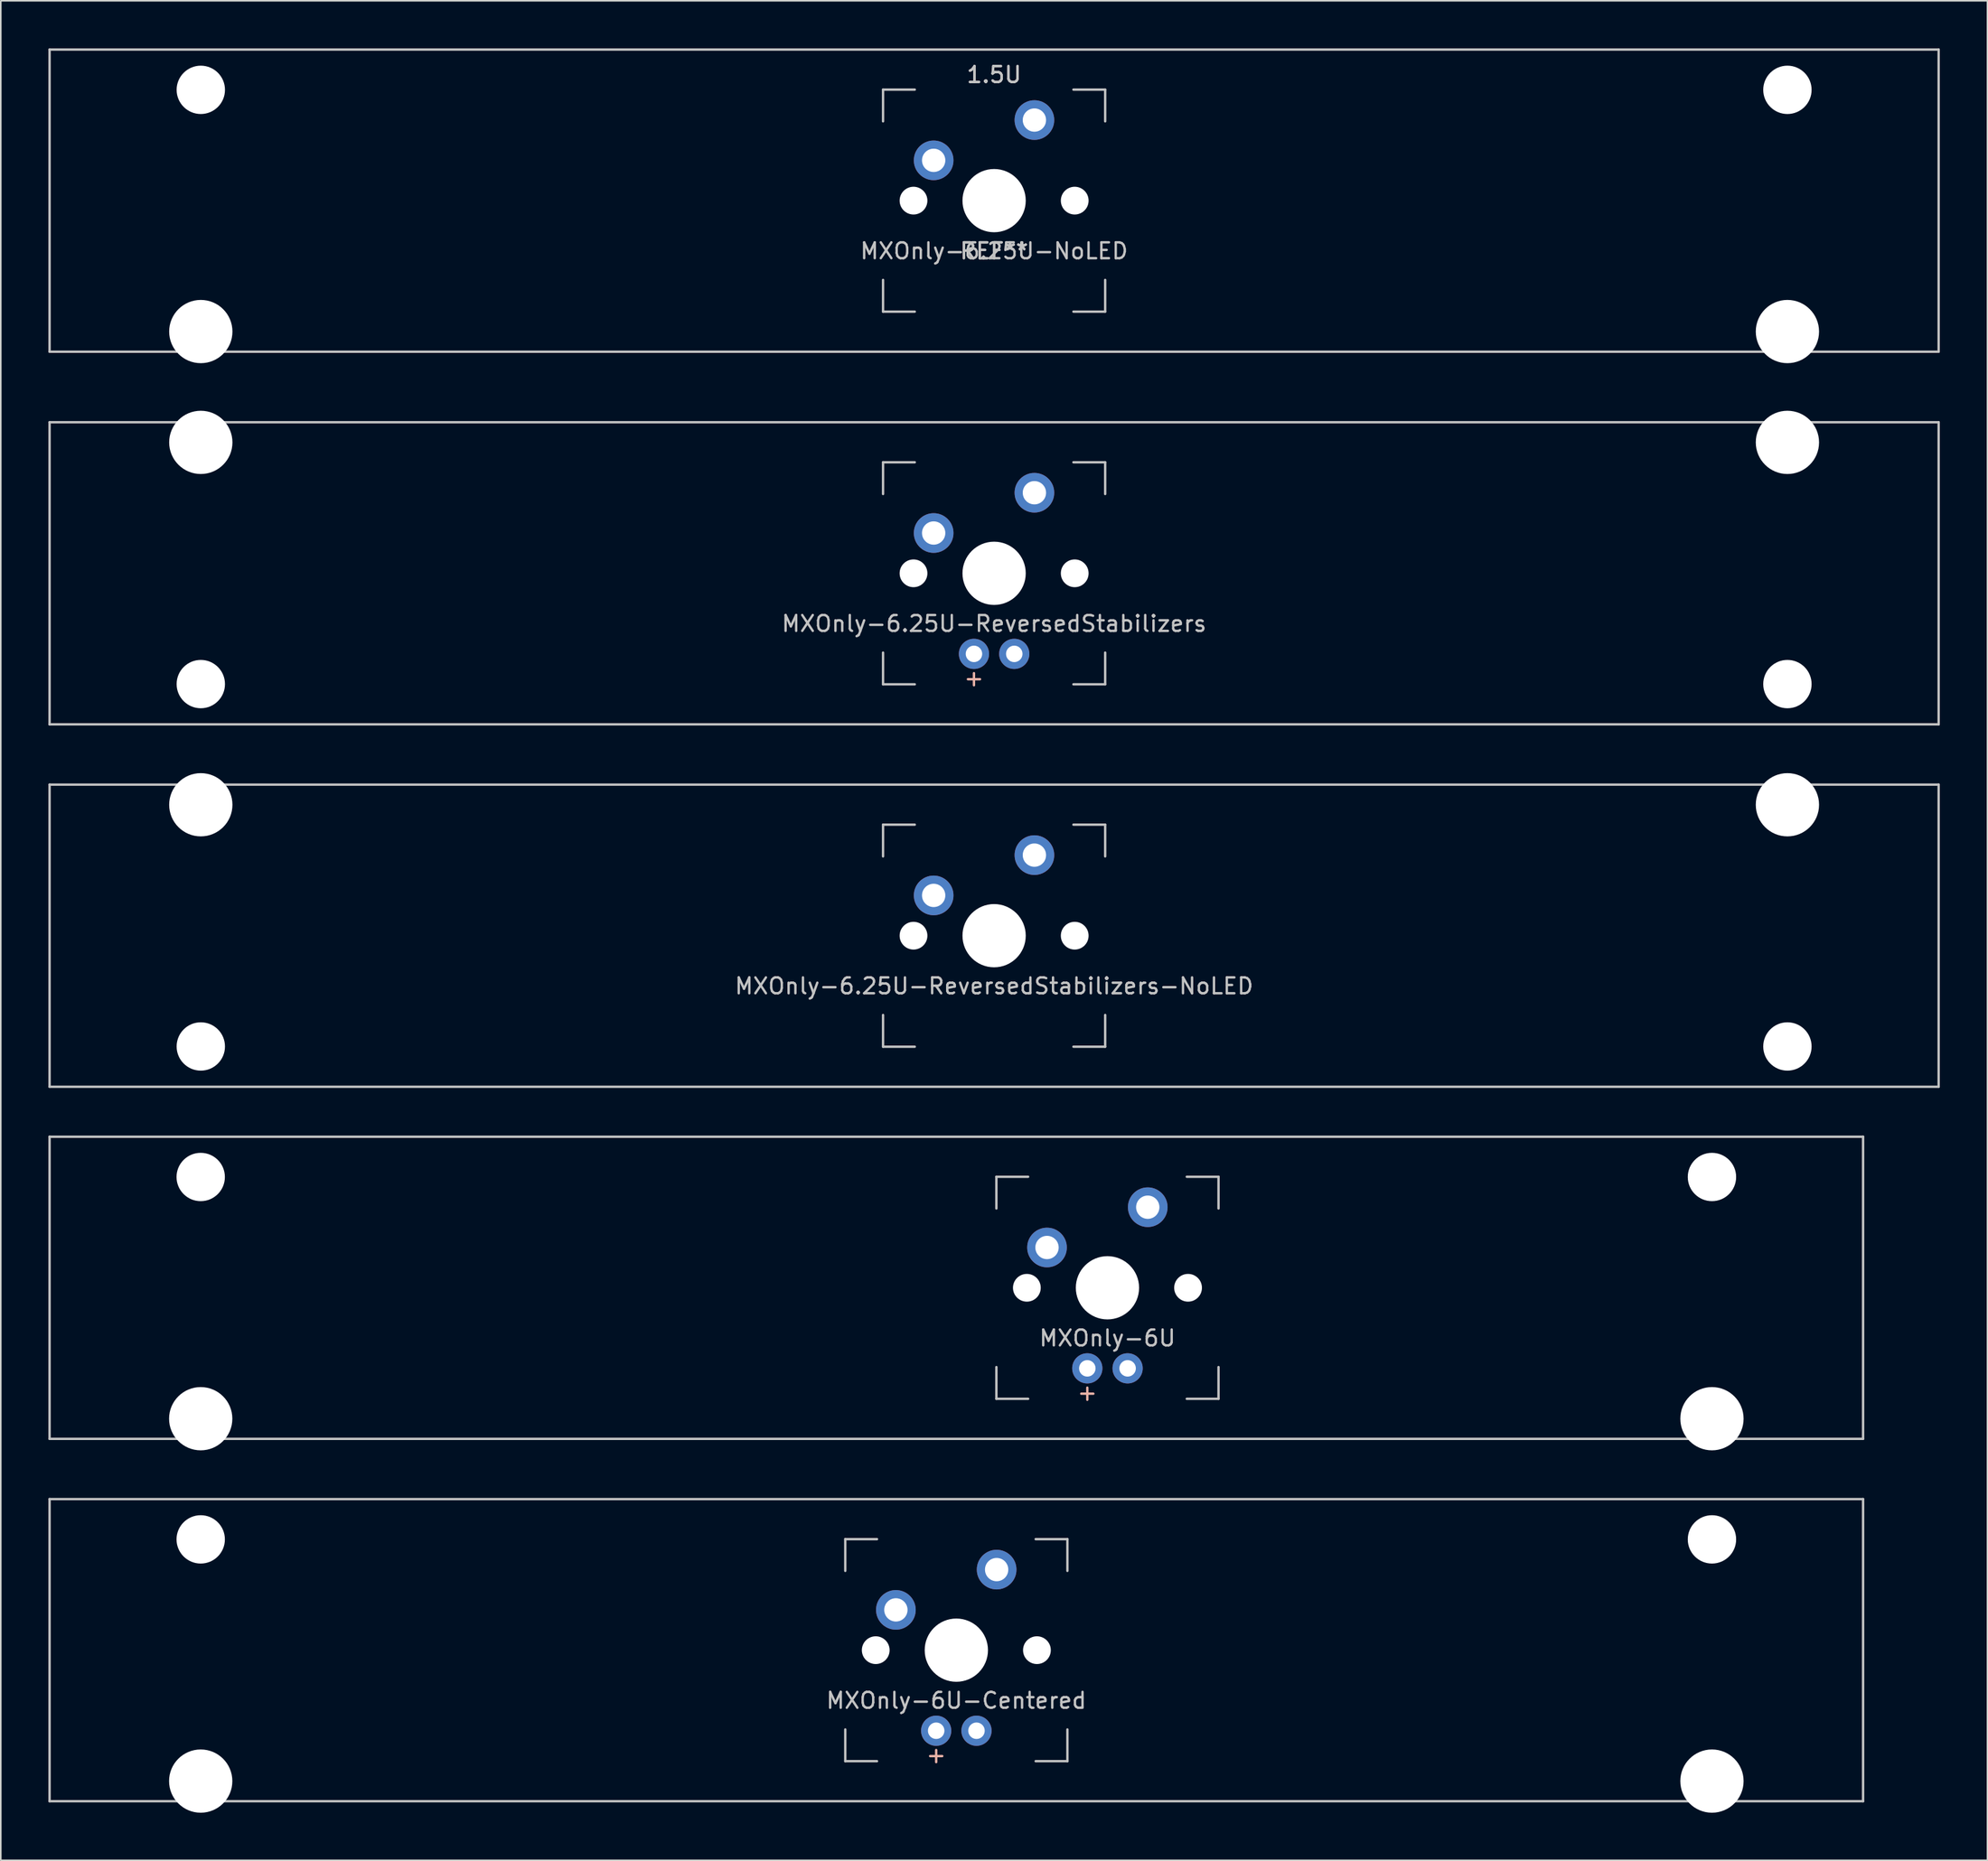
<source format=kicad_pcb>
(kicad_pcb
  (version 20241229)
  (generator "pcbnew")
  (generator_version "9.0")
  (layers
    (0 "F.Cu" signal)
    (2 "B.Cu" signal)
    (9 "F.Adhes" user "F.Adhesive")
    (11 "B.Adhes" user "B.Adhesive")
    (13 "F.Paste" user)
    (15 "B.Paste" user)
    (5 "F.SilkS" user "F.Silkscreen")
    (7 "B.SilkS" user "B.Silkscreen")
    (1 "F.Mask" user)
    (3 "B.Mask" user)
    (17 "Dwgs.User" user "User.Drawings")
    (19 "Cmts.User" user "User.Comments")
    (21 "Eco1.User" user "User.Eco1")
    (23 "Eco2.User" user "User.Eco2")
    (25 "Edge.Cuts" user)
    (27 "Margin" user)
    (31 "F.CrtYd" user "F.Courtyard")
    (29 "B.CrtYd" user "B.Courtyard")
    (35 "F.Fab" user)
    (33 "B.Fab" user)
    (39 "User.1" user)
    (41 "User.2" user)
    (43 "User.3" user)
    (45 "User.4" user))
  (footprint "MXOnly-6U-Centered"
    (layer "F.Cu")
    (at 57.225 100.996)
    (property "Reference" "MXOnly-6U-Centered" (at 0 3.175 0) (layer "Dwgs.User") (effects (font (size 1 1) (thickness 0.15))))
    (attr through_hole)
    (fp_line (start -57.15 -9.525) (end 57.15 -9.525) (stroke (width 0.15) (type solid)) (layer "Dwgs.User"))
    (fp_line (start -57.15 9.525) (end -57.15 -9.525) (stroke (width 0.15) (type solid)) (layer "Dwgs.User"))
    (fp_line (start -57.15 9.525) (end 57.15 9.525) (stroke (width 0.15) (type solid)) (layer "Dwgs.User"))
    (fp_line (start -7 -7) (end -7 -5) (stroke (width 0.15) (type solid)) (layer "Dwgs.User"))
    (fp_line (start -7 5) (end -7 7) (stroke (width 0.15) (type solid)) (layer "Dwgs.User"))
    (fp_line (start -7 7) (end -5 7) (stroke (width 0.15) (type solid)) (layer "Dwgs.User"))
    (fp_line (start -5 -7) (end -7 -7) (stroke (width 0.15) (type solid)) (layer "Dwgs.User"))
    (fp_line (start 5 -7) (end 7 -7) (stroke (width 0.15) (type solid)) (layer "Dwgs.User"))
    (fp_line (start 5 7) (end 7 7) (stroke (width 0.15) (type solid)) (layer "Dwgs.User"))
    (fp_line (start 7 -7) (end 7 -5) (stroke (width 0.15) (type solid)) (layer "Dwgs.User"))
    (fp_line (start 7 7) (end 7 5) (stroke (width 0.15) (type solid)) (layer "Dwgs.User"))
    (fp_line (start 57.15 -9.525) (end 57.15 9.525) (stroke (width 0.15) (type solid)) (layer "Dwgs.User"))
    (fp_text user "+" (at -1.27 6.604 0) (layer "B.SilkS") (effects (font (size 1 1) (thickness 0.15))))
    (pad "" np_thru_hole circle (at -47.625 -6.985) (size 3.048 3.048) (drill 3.048) (layers "*.Cu" "*.Mask"))
    (pad "" np_thru_hole circle (at -47.625 8.255) (size 3.988 3.988) (drill 3.988) (layers "*.Cu" "*.Mask"))
    (pad "" np_thru_hole circle (at -5.08 0 48.1) (size 1.75 1.75) (drill 1.75) (layers "*.Cu" "*.Mask"))
    (pad "" np_thru_hole circle (at 0 0) (size 3.988 3.988) (drill 3.988) (layers "*.Cu" "*.Mask"))
    (pad "" np_thru_hole circle (at 5.08 0 48.1) (size 1.75 1.75) (drill 1.75) (layers "*.Cu" "*.Mask"))
    (pad "" np_thru_hole circle (at 47.625 -6.985) (size 3.048 3.048) (drill 3.048) (layers "*.Cu" "*.Mask"))
    (pad "" np_thru_hole circle (at 47.625 8.255) (size 3.988 3.988) (drill 3.988) (layers "*.Cu" "*.Mask"))
    (pad "1" thru_hole circle (at -3.81 -2.54) (size 2.5 2.5) (drill 1.47) (layers "*.Cu" "*.Mask"))
    (pad "2" thru_hole circle (at 2.54 -5.08) (size 2.5 2.5) (drill 1.47) (layers "*.Cu" "*.Mask"))
    (pad "3" thru_hole circle (at -1.27 5.08) (size 1.905 1.905) (drill 1.04) (layers "*.Cu" "*.Mask"))
    (pad "4" thru_hole circle (at 1.27 5.08) (size 1.905 1.905) (drill 1.04) (layers "*.Cu" "*.Mask")))
  (footprint "MXOnly-6.25U-ReversedStabilizers"
    (layer "F.Cu")
    (at 59.606 33.098)
    (property "Reference" "MXOnly-6.25U-ReversedStabilizers" (at 0 3.175 0) (layer "Dwgs.User") (effects (font (size 1 1) (thickness 0.15))))
    (attr through_hole)
    (fp_line (start -59.531 -9.525) (end 59.531 -9.525) (stroke (width 0.15) (type solid)) (layer "Dwgs.User"))
    (fp_line (start -59.531 9.525) (end -59.531 -9.525) (stroke (width 0.15) (type solid)) (layer "Dwgs.User"))
    (fp_line (start -59.531 9.525) (end 59.531 9.525) (stroke (width 0.15) (type solid)) (layer "Dwgs.User"))
    (fp_line (start -7 -7) (end -7 -5) (stroke (width 0.15) (type solid)) (layer "Dwgs.User"))
    (fp_line (start -7 5) (end -7 7) (stroke (width 0.15) (type solid)) (layer "Dwgs.User"))
    (fp_line (start -7 7) (end -5 7) (stroke (width 0.15) (type solid)) (layer "Dwgs.User"))
    (fp_line (start -5 -7) (end -7 -7) (stroke (width 0.15) (type solid)) (layer "Dwgs.User"))
    (fp_line (start 5 -7) (end 7 -7) (stroke (width 0.15) (type solid)) (layer "Dwgs.User"))
    (fp_line (start 5 7) (end 7 7) (stroke (width 0.15) (type solid)) (layer "Dwgs.User"))
    (fp_line (start 7 -7) (end 7 -5) (stroke (width 0.15) (type solid)) (layer "Dwgs.User"))
    (fp_line (start 7 7) (end 7 5) (stroke (width 0.15) (type solid)) (layer "Dwgs.User"))
    (fp_line (start 59.531 -9.525) (end 59.531 9.525) (stroke (width 0.15) (type solid)) (layer "Dwgs.User"))
    (fp_text user "+" (at -1.27 6.604 0) (layer "B.SilkS") (effects (font (size 1 1) (thickness 0.15))))
    (pad "" np_thru_hole circle (at -50 -8.255) (size 3.988 3.988) (drill 3.988) (layers "*.Cu" "*.Mask"))
    (pad "" np_thru_hole circle (at -50 6.985) (size 3.048 3.048) (drill 3.048) (layers "*.Cu" "*.Mask"))
    (pad "" np_thru_hole circle (at -5.08 0 48.1) (size 1.75 1.75) (drill 1.75) (layers "*.Cu" "*.Mask"))
    (pad "" np_thru_hole circle (at 0 0) (size 3.988 3.988) (drill 3.988) (layers "*.Cu" "*.Mask"))
    (pad "" np_thru_hole circle (at 5.08 0 48.1) (size 1.75 1.75) (drill 1.75) (layers "*.Cu" "*.Mask"))
    (pad "" np_thru_hole circle (at 50 -8.255) (size 3.988 3.988) (drill 3.988) (layers "*.Cu" "*.Mask"))
    (pad "" np_thru_hole circle (at 50 6.985) (size 3.048 3.048) (drill 3.048) (layers "*.Cu" "*.Mask"))
    (pad "1" thru_hole circle (at -3.81 -2.54) (size 2.5 2.5) (drill 1.47) (layers "*.Cu" "*.Mask"))
    (pad "2" thru_hole circle (at 2.54 -5.08) (size 2.5 2.5) (drill 1.47) (layers "*.Cu" "*.Mask"))
    (pad "3" thru_hole circle (at -1.27 5.08) (size 1.905 1.905) (drill 1.04) (layers "*.Cu" "*.Mask"))
    (pad "4" thru_hole circle (at 1.27 5.08) (size 1.905 1.905) (drill 1.04) (layers "*.Cu" "*.Mask")))
  (footprint "MXOnly-6U"
    (layer "F.Cu")
    (at 57.225 78.147)
    (property "Reference" "MXOnly-6U" (at 9.525 3.175 0) (layer "Dwgs.User") (effects (font (size 1 1) (thickness 0.15))))
    (attr through_hole)
    (fp_line (start -57.15 -9.525) (end 57.15 -9.525) (stroke (width 0.15) (type solid)) (layer "Dwgs.User"))
    (fp_line (start -57.15 9.525) (end -57.15 -9.525) (stroke (width 0.15) (type solid)) (layer "Dwgs.User"))
    (fp_line (start -57.15 9.525) (end 57.15 9.525) (stroke (width 0.15) (type solid)) (layer "Dwgs.User"))
    (fp_line (start 2.525 -7) (end 2.525 -5) (stroke (width 0.15) (type solid)) (layer "Dwgs.User"))
    (fp_line (start 2.525 5) (end 2.525 7) (stroke (width 0.15) (type solid)) (layer "Dwgs.User"))
    (fp_line (start 2.525 7) (end 4.525 7) (stroke (width 0.15) (type solid)) (layer "Dwgs.User"))
    (fp_line (start 4.525 -7) (end 2.525 -7) (stroke (width 0.15) (type solid)) (layer "Dwgs.User"))
    (fp_line (start 14.525 -7) (end 16.525 -7) (stroke (width 0.15) (type solid)) (layer "Dwgs.User"))
    (fp_line (start 14.525 7) (end 16.525 7) (stroke (width 0.15) (type solid)) (layer "Dwgs.User"))
    (fp_line (start 16.525 -7) (end 16.525 -5) (stroke (width 0.15) (type solid)) (layer "Dwgs.User"))
    (fp_line (start 16.525 7) (end 16.525 5) (stroke (width 0.15) (type solid)) (layer "Dwgs.User"))
    (fp_line (start 57.15 -9.525) (end 57.15 9.525) (stroke (width 0.15) (type solid)) (layer "Dwgs.User"))
    (fp_text user "+" (at 8.255 6.604 0) (layer "B.SilkS") (effects (font (size 1 1) (thickness 0.15))))
    (pad "" np_thru_hole circle (at -47.625 -6.985) (size 3.048 3.048) (drill 3.048) (layers "*.Cu" "*.Mask"))
    (pad "" np_thru_hole circle (at -47.625 8.255) (size 3.988 3.988) (drill 3.988) (layers "*.Cu" "*.Mask"))
    (pad "" np_thru_hole circle (at 4.445 0 48.1) (size 1.75 1.75) (drill 1.75) (layers "*.Cu" "*.Mask"))
    (pad "" np_thru_hole circle (at 9.525 0) (size 3.988 3.988) (drill 3.988) (layers "*.Cu" "*.Mask"))
    (pad "" np_thru_hole circle (at 14.605 0 48.1) (size 1.75 1.75) (drill 1.75) (layers "*.Cu" "*.Mask"))
    (pad "" np_thru_hole circle (at 47.625 -6.985) (size 3.048 3.048) (drill 3.048) (layers "*.Cu" "*.Mask"))
    (pad "" np_thru_hole circle (at 47.625 8.255) (size 3.988 3.988) (drill 3.988) (layers "*.Cu" "*.Mask"))
    (pad "1" thru_hole circle (at 5.715 -2.54) (size 2.5 2.5) (drill 1.47) (layers "*.Cu" "*.Mask"))
    (pad "2" thru_hole circle (at 12.065 -5.08) (size 2.5 2.5) (drill 1.47) (layers "*.Cu" "*.Mask"))
    (pad "3" thru_hole circle (at 8.255 5.08) (size 1.905 1.905) (drill 1.04) (layers "*.Cu" "*.Mask"))
    (pad "4" thru_hole circle (at 10.795 5.08) (size 1.905 1.905) (drill 1.04) (layers "*.Cu" "*.Mask")))
  (footprint "MXOnly-6.25U-ReversedStabilizers-NoLED"
    (layer "F.Cu")
    (at 59.606 55.947)
    (property "Reference" "MXOnly-6.25U-ReversedStabilizers-NoLED" (at 0 3.175 0) (layer "Dwgs.User") (effects (font (size 1 1) (thickness 0.15))))
    (attr through_hole)
    (fp_line (start -59.531 -9.525) (end 59.531 -9.525) (stroke (width 0.15) (type solid)) (layer "Dwgs.User"))
    (fp_line (start -59.531 9.525) (end -59.531 -9.525) (stroke (width 0.15) (type solid)) (layer "Dwgs.User"))
    (fp_line (start -59.531 9.525) (end 59.531 9.525) (stroke (width 0.15) (type solid)) (layer "Dwgs.User"))
    (fp_line (start -7 -7) (end -7 -5) (stroke (width 0.15) (type solid)) (layer "Dwgs.User"))
    (fp_line (start -7 5) (end -7 7) (stroke (width 0.15) (type solid)) (layer "Dwgs.User"))
    (fp_line (start -7 7) (end -5 7) (stroke (width 0.15) (type solid)) (layer "Dwgs.User"))
    (fp_line (start -5 -7) (end -7 -7) (stroke (width 0.15) (type solid)) (layer "Dwgs.User"))
    (fp_line (start 5 -7) (end 7 -7) (stroke (width 0.15) (type solid)) (layer "Dwgs.User"))
    (fp_line (start 5 7) (end 7 7) (stroke (width 0.15) (type solid)) (layer "Dwgs.User"))
    (fp_line (start 7 -7) (end 7 -5) (stroke (width 0.15) (type solid)) (layer "Dwgs.User"))
    (fp_line (start 7 7) (end 7 5) (stroke (width 0.15) (type solid)) (layer "Dwgs.User"))
    (fp_line (start 59.531 -9.525) (end 59.531 9.525) (stroke (width 0.15) (type solid)) (layer "Dwgs.User"))
    (pad "" np_thru_hole circle (at -50 -8.255) (size 3.988 3.988) (drill 3.988) (layers "*.Cu" "*.Mask"))
    (pad "" np_thru_hole circle (at -50 6.985) (size 3.048 3.048) (drill 3.048) (layers "*.Cu" "*.Mask"))
    (pad "" np_thru_hole circle (at -5.08 0 48.1) (size 1.75 1.75) (drill 1.75) (layers "*.Cu" "*.Mask"))
    (pad "" np_thru_hole circle (at 0 0) (size 3.988 3.988) (drill 3.988) (layers "*.Cu" "*.Mask"))
    (pad "" np_thru_hole circle (at 5.08 0 48.1) (size 1.75 1.75) (drill 1.75) (layers "*.Cu" "*.Mask"))
    (pad "" np_thru_hole circle (at 50 -8.255) (size 3.988 3.988) (drill 3.988) (layers "*.Cu" "*.Mask"))
    (pad "" np_thru_hole circle (at 50 6.985) (size 3.048 3.048) (drill 3.048) (layers "*.Cu" "*.Mask"))
    (pad "1" thru_hole circle (at -3.81 -2.54) (size 2.5 2.5) (drill 1.47) (layers "*.Cu" "B.Mask"))
    (pad "2" thru_hole circle (at 2.54 -5.08) (size 2.5 2.5) (drill 1.47) (layers "*.Cu" "B.Mask")))
  (footprint "MXOnly-6.25U-NoLED"
    (layer "F.Cu")
    (at 59.606 9.6)
    (property "Reference" "MXOnly-6.25U-NoLED" (at 0 3.175 0) (layer "Dwgs.User") (effects (font (size 1 1) (thickness 0.15))))
    (attr through_hole)
    (fp_line (start -59.531 -9.525) (end 59.531 -9.525) (stroke (width 0.15) (type solid)) (layer "Dwgs.User"))
    (fp_line (start -59.531 9.525) (end -59.531 -9.525) (stroke (width 0.15) (type solid)) (layer "Dwgs.User"))
    (fp_line (start -59.531 9.525) (end 59.531 9.525) (stroke (width 0.15) (type solid)) (layer "Dwgs.User"))
    (fp_line (start -7 -7) (end -7 -5) (stroke (width 0.15) (type solid)) (layer "Dwgs.User"))
    (fp_line (start -7 5) (end -7 7) (stroke (width 0.15) (type solid)) (layer "Dwgs.User"))
    (fp_line (start -7 7) (end -5 7) (stroke (width 0.15) (type solid)) (layer "Dwgs.User"))
    (fp_line (start -5 -7) (end -7 -7) (stroke (width 0.15) (type solid)) (layer "Dwgs.User"))
    (fp_line (start 5 -7) (end 7 -7) (stroke (width 0.15) (type solid)) (layer "Dwgs.User"))
    (fp_line (start 5 7) (end 7 7) (stroke (width 0.15) (type solid)) (layer "Dwgs.User"))
    (fp_line (start 7 -7) (end 7 -5) (stroke (width 0.15) (type solid)) (layer "Dwgs.User"))
    (fp_line (start 7 7) (end 7 5) (stroke (width 0.15) (type solid)) (layer "Dwgs.User"))
    (fp_line (start 59.531 -9.525) (end 59.531 9.525) (stroke (width 0.15) (type solid)) (layer "Dwgs.User"))
    (fp_text user "REF**" (at 0 3.175 0) (layer "Dwgs.User") (effects (font (size 1 1) (thickness 0.15))))
    (fp_text user "1.5U" (at 0 -7.938 0) (layer "Dwgs.User") (effects (font (size 1 1) (thickness 0.15))))
    (fp_text user "1.5U" (at 0 -7.938 0) (layer "Dwgs.User") (effects (font (size 1 1) (thickness 0.15))))
    (fp_text user "REF**" (at 0 3.175 0) (layer "Dwgs.User") (effects (font (size 1 1) (thickness 0.15))))
    (pad "" np_thru_hole circle (at -50 -6.985) (size 3.048 3.048) (drill 3.048) (layers "*.Cu" "*.Mask"))
    (pad "" np_thru_hole circle (at -50 8.255) (size 3.988 3.988) (drill 3.988) (layers "*.Cu" "*.Mask"))
    (pad "" np_thru_hole circle (at -5.08 0 48.1) (size 1.75 1.75) (drill 1.75) (layers "*.Cu" "*.Mask"))
    (pad "" np_thru_hole circle (at 0 0) (size 3.988 3.988) (drill 3.988) (layers "*.Cu" "*.Mask"))
    (pad "" np_thru_hole circle (at 5.08 0 48.1) (size 1.75 1.75) (drill 1.75) (layers "*.Cu" "*.Mask"))
    (pad "" np_thru_hole circle (at 50 -6.985) (size 3.048 3.048) (drill 3.048) (layers "*.Cu" "*.Mask"))
    (pad "" np_thru_hole circle (at 50 8.255) (size 3.988 3.988) (drill 3.988) (layers "*.Cu" "*.Mask"))
    (pad "1" thru_hole circle (at -3.81 -2.54) (size 2.5 2.5) (drill 1.47) (layers "*.Cu" "B.Mask"))
    (pad "2" thru_hole circle (at 2.54 -5.08) (size 2.5 2.5) (drill 1.47) (layers "*.Cu" "B.Mask")))
  (gr_rect
    (start -3 -3)
    (end 122.213 114.245)
    (stroke (width 0.1) (type default))
    (fill no)
    (layer "Edge.Cuts")))
</source>
